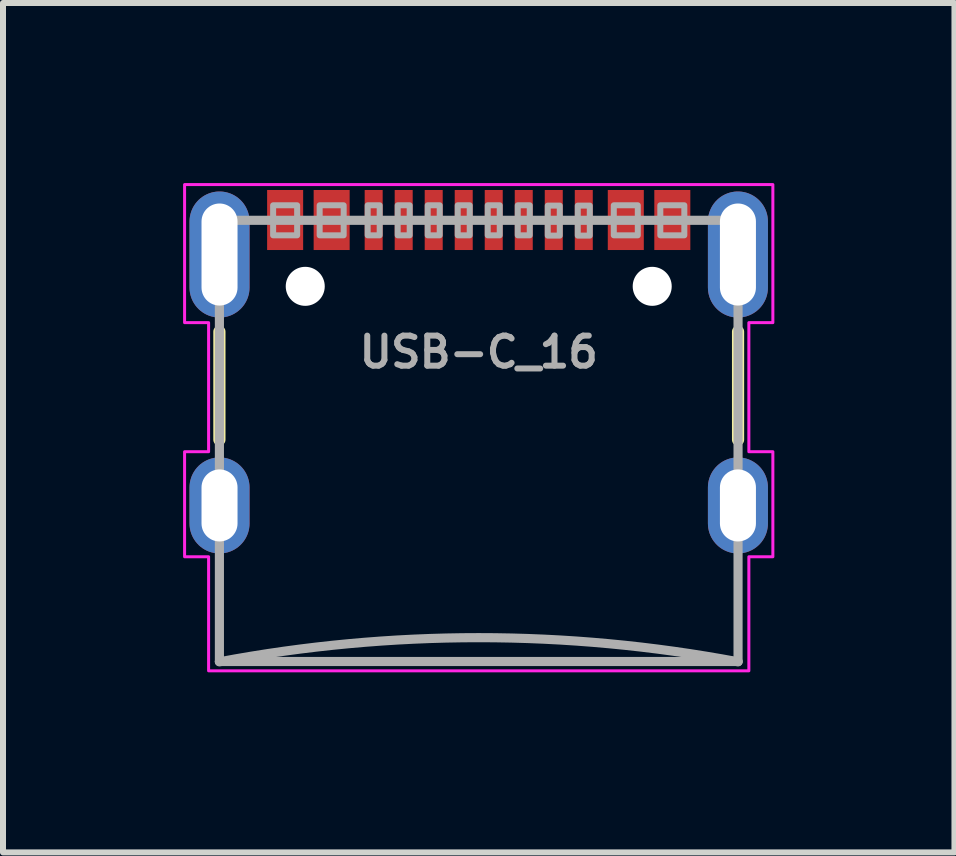
<source format=kicad_pcb>
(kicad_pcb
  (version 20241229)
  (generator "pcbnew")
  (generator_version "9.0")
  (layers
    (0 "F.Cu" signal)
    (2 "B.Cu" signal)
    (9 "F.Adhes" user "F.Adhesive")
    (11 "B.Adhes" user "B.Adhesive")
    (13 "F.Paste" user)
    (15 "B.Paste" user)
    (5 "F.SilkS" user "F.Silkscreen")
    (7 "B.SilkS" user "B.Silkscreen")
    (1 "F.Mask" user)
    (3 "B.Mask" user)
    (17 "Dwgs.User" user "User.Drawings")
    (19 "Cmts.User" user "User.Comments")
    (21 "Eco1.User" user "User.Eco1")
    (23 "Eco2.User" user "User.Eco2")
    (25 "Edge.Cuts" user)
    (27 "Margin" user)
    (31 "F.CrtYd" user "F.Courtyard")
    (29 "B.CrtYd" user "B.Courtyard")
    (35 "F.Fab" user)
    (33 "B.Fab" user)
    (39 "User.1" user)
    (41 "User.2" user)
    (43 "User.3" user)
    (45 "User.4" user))
  (footprint "USB-C_16"
    (layer "F.Cu")
    (at 4.925 0.275)
    (property "Reference" "USB-C_16" (at 0 2.54 0) (layer "F.Fab") (effects (font (size 0.5 0.5) (thickness 0.1) (bold yes))))
    (attr through_hole)
    (fp_line (start -4.32 2.2) (end -4.32 4) (stroke (width 0.203) (type solid)) (layer "F.SilkS"))
    (fp_line (start 4.32 2.2) (end 4.32 4) (stroke (width 0.203) (type solid)) (layer "F.SilkS"))
    (fp_poly (pts (xy -3.425 0.84) (xy -3.025 0.84) (xy -3.025 -0.16) (xy -3.425 -0.16)) (stroke (width 0) (type default)) (fill yes) (layer "F.Paste"))
    (fp_poly (pts (xy -2.65 0.84) (xy -2.25 0.84) (xy -2.25 -0.16) (xy -2.65 -0.16)) (stroke (width 0) (type default)) (fill yes) (layer "F.Paste"))
    (fp_poly (pts (xy 2.25 0.84) (xy 2.65 0.84) (xy 2.65 -0.16) (xy 2.25 -0.16)) (stroke (width 0) (type default)) (fill yes) (layer "F.Paste"))
    (fp_poly (pts (xy 3.025 0.84) (xy 3.425 0.84) (xy 3.425 -0.16) (xy 3.025 -0.16)) (stroke (width 0) (type default)) (fill yes) (layer "F.Paste"))
    (fp_poly (pts (xy -4.9 -0.25) (xy 4.9 -0.25) (xy 4.9 2.05) (xy 4.5 2.05) (xy 4.5 4.2) (xy 4.9 4.2) (xy 4.9 5.95) (xy 4.5 5.95) (xy 4.5 7.85) (xy -4.5 7.85) (xy -4.5 5.95) (xy -4.9 5.95) (xy -4.9 4.2) (xy -4.5 4.2) (xy -4.5 2.05) (xy -4.9 2.05)) (stroke (width 0.05) (type solid)) (fill no) (layer "F.CrtYd"))
    (fp_line (start -4.32 0.345) (end -4.32 1.965) (stroke (width 0.01) (type solid)) (layer "F.Fab"))
    (fp_line (start -4.32 0.345) (end 4.32 0.345) (stroke (width 0.152) (type solid)) (layer "F.Fab"))
    (fp_line (start -4.32 4.295) (end -4.32 5.895) (stroke (width 0.01) (type solid)) (layer "F.Fab"))
    (fp_line (start -4.32 7.695) (end -4.32 0.345) (stroke (width 0.152) (type solid)) (layer "F.Fab"))
    (fp_line (start -4.32 7.695) (end 4.32 7.695) (stroke (width 0.152) (type solid)) (layer "F.Fab"))
    (fp_line (start 4.32 0.345) (end 4.32 1.965) (stroke (width 0.01) (type solid)) (layer "F.Fab"))
    (fp_line (start 4.32 0.345) (end 4.32 7.695) (stroke (width 0.152) (type solid)) (layer "F.Fab"))
    (fp_line (start 4.32 4.295) (end 4.32 5.895) (stroke (width 0.01) (type solid)) (layer "F.Fab"))
    (fp_arc (start -4.32 7.7) (mid 0 7.297675) (end 4.32 7.7) (stroke (width 0.1524) (type solid)) (layer "F.Fab"))
    (fp_poly (pts (xy -3.425 0.595) (xy -3.025 0.595) (xy -3.025 0.095) (xy -3.425 0.095)) (stroke (width 0.1) (type default)) (fill no) (layer "F.Fab"))
    (fp_poly (pts (xy -2.65 0.595) (xy -2.25 0.595) (xy -2.25 0.095) (xy -2.65 0.095)) (stroke (width 0.1) (type default)) (fill no) (layer "F.Fab"))
    (fp_poly (pts (xy -1.85 0.595) (xy -1.65 0.595) (xy -1.65 0.095) (xy -1.85 0.095)) (stroke (width 0.1) (type default)) (fill no) (layer "F.Fab"))
    (fp_poly (pts (xy -1.35 0.595) (xy -1.15 0.595) (xy -1.15 0.095) (xy -1.35 0.095)) (stroke (width 0.1) (type default)) (fill no) (layer "F.Fab"))
    (fp_poly (pts (xy -0.85 0.595) (xy -0.65 0.595) (xy -0.65 0.095) (xy -0.85 0.095)) (stroke (width 0.1) (type default)) (fill no) (layer "F.Fab"))
    (fp_poly (pts (xy -0.35 0.595) (xy -0.15 0.595) (xy -0.15 0.095) (xy -0.35 0.095)) (stroke (width 0.1) (type default)) (fill no) (layer "F.Fab"))
    (fp_poly (pts (xy 0.15 0.595) (xy 0.35 0.595) (xy 0.35 0.095) (xy 0.15 0.095)) (stroke (width 0.1) (type default)) (fill no) (layer "F.Fab"))
    (fp_poly (pts (xy 0.65 0.595) (xy 0.85 0.595) (xy 0.85 0.095) (xy 0.65 0.095)) (stroke (width 0.1) (type default)) (fill no) (layer "F.Fab"))
    (fp_poly (pts (xy 1.15 0.6) (xy 1.35 0.6) (xy 1.35 0.1) (xy 1.15 0.1)) (stroke (width 0.1) (type default)) (fill no) (layer "F.Fab"))
    (fp_poly (pts (xy 1.65 0.6) (xy 1.85 0.6) (xy 1.85 0.1) (xy 1.65 0.1)) (stroke (width 0.1) (type default)) (fill no) (layer "F.Fab"))
    (fp_poly (pts (xy 2.25 0.595) (xy 2.65 0.595) (xy 2.65 0.095) (xy 2.25 0.095)) (stroke (width 0.1) (type default)) (fill no) (layer "F.Fab"))
    (fp_poly (pts (xy 3.025 0.595) (xy 3.425 0.595) (xy 3.425 0.095) (xy 3.025 0.095)) (stroke (width 0.1) (type default)) (fill no) (layer "F.Fab"))
    (pad "" np_thru_hole circle (at -2.89 1.445) (size 0.65 0.65) (drill 0.65) (layers "*.Cu" "*.Mask"))
    (pad "" np_thru_hole circle (at 2.89 1.445) (size 0.65 0.65) (drill 0.65) (layers "*.Cu" "*.Mask"))
    (pad "A5" smd rect (at -1.25 0.34 180) (size 0.3 1) (layers "F.Cu" "F.Mask" "F.Paste"))
    (pad "A6" smd rect (at -0.25 0.34 180) (size 0.3 1) (layers "F.Cu" "F.Mask" "F.Paste"))
    (pad "A7" smd rect (at 0.25 0.34) (size 0.3 1) (layers "F.Cu" "F.Mask" "F.Paste"))
    (pad "A8" smd rect (at 1.25 0.34) (size 0.3 1) (layers "F.Cu" "F.Mask" "F.Paste"))
    (pad "B5" smd rect (at 1.75 0.34) (size 0.3 1) (layers "F.Cu" "F.Mask" "F.Paste"))
    (pad "B6" smd rect (at 0.75 0.34) (size 0.3 1) (layers "F.Cu" "F.Mask" "F.Paste"))
    (pad "B7" smd rect (at -0.75 0.34 180) (size 0.3 1) (layers "F.Cu" "F.Mask" "F.Paste"))
    (pad "B8" smd rect (at -1.75 0.34 180) (size 0.3 1) (layers "F.Cu" "F.Mask" "F.Paste"))
    (pad "GND" smd rect (at -3.225 0.34 180) (size 0.6 1) (layers "F.Cu" "F.Mask"))
    (pad "GND" smd rect (at 3.225 0.34) (size 0.6 1) (layers "F.Cu" "F.Mask"))
    (pad "S1" thru_hole oval (at -4.318 0.915) (size 1 2.1) (drill oval 0.6 1.7) (layers "*.Cu" "*.Mask" "F.Paste"))
    (pad "S2" thru_hole oval (at -4.318 5.095) (size 1 1.6) (drill oval 0.6 1.2) (layers "*.Cu" "*.Mask" "F.Paste"))
    (pad "S3" thru_hole oval (at 4.318 5.095) (size 1 1.6) (drill oval 0.6 1.2) (layers "*.Cu" "*.Mask" "F.Paste"))
    (pad "S4" thru_hole oval (at 4.318 0.915) (size 1 2.1) (drill oval 0.6 1.7) (layers "*.Cu" "*.Mask" "F.Paste"))
    (pad "VBUS" smd rect (at -2.45 0.34 180) (size 0.6 1) (layers "F.Cu" "F.Mask"))
    (pad "VBUS" smd rect (at 2.45 0.34) (size 0.6 1) (layers "F.Cu" "F.Mask")))
  (gr_rect
    (start -3 -3)
    (end 12.85 11.15)
    (stroke (width 0.1) (type default))
    (fill no)
    (layer "Edge.Cuts")))
</source>
